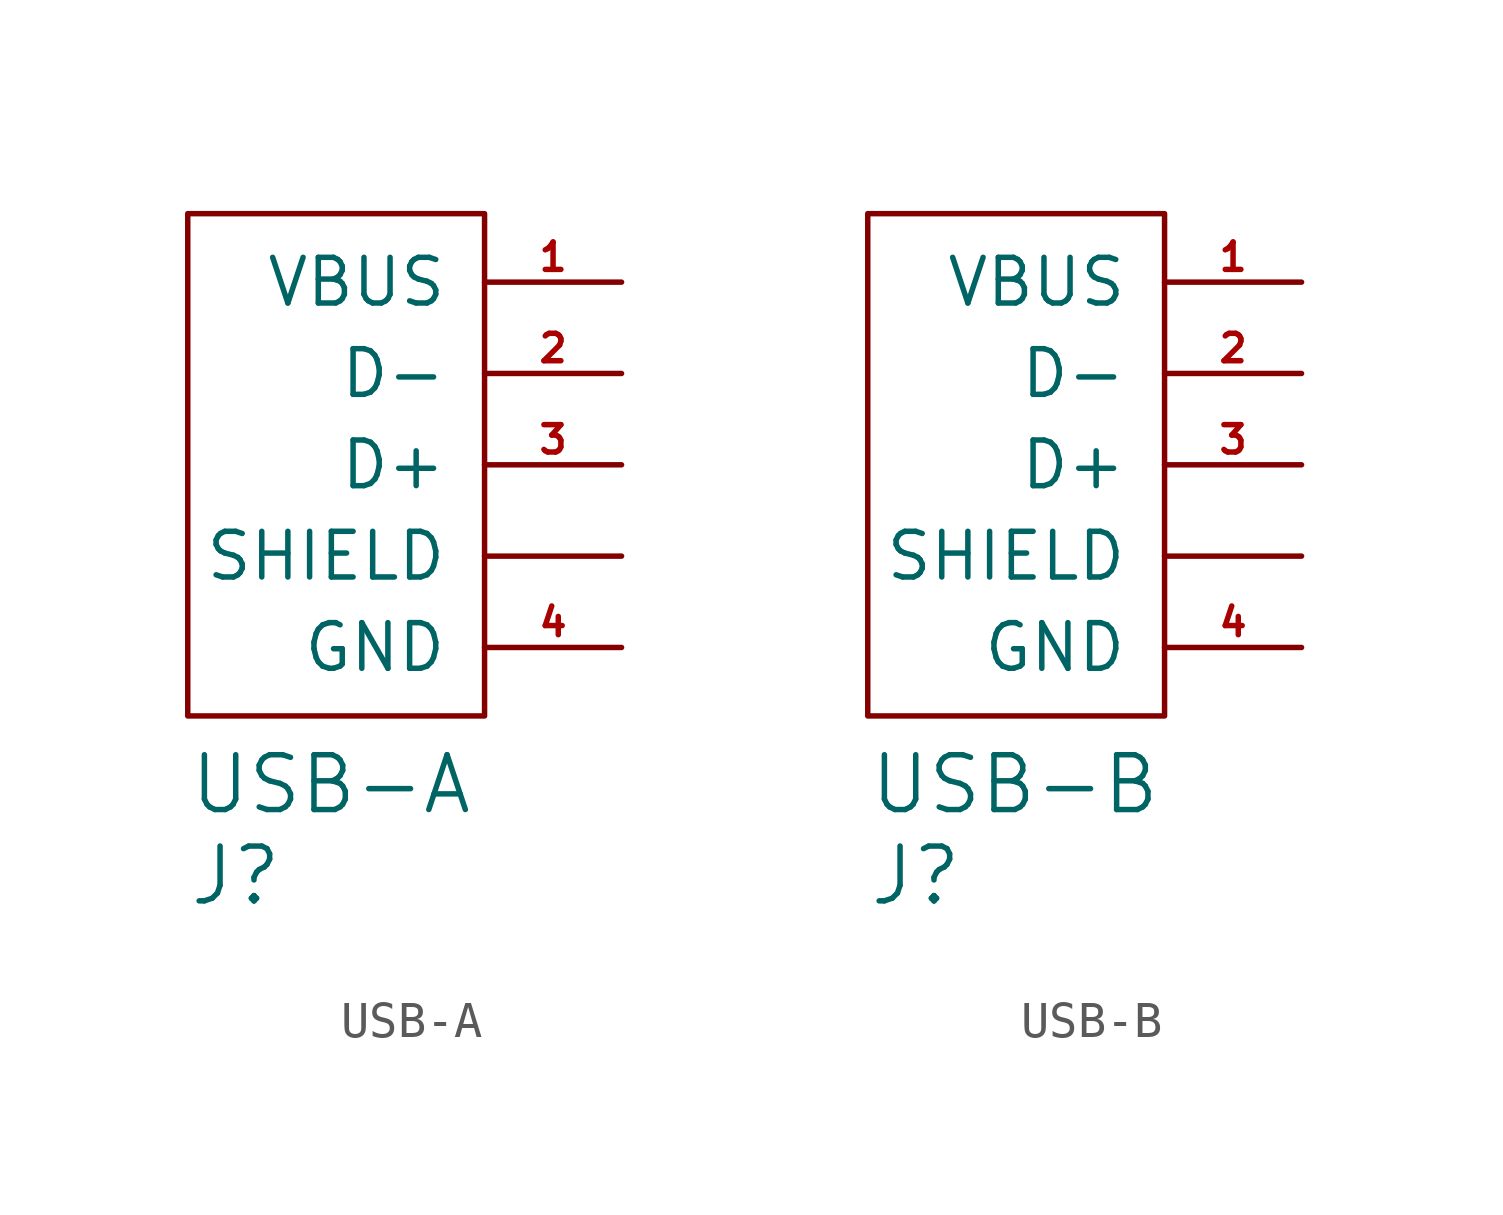
<source format=kicad_sym>
(kicad_symbol_lib
  (version 20211014)
  (generator kicad_symbol_editor)
  (symbol "USB-A"
    (pin_names
      (offset 1.016))
    (property "Reference" "J"
      (at -4.445 -11.43 0)
      (effects (font (size 1.524 1.524)) (justify left)))
    (property "Value" "USB-A"
      (at -4.445 -8.89 0)
      (effects (font (size 1.524 1.524)) (justify left)))
    (symbol "USB-A_0_1"
      (rectangle (start -4.445 6.985) (end 3.81 -6.985) (stroke (width 0) (type default) (color 0 0 0 0)) (fill (type none))))
    (symbol "USB-A_1_1"
      (pin power_in line (at 7.62 5.08 180) (length 3.81) (name "VBUS" (effects (font (size 1.27 1.27)))) (number "1" (effects (font (size 0.762 0.762)))))
      (pin bidirectional line (at 7.62 2.54 180) (length 3.81) (name "D-" (effects (font (size 1.27 1.27)))) (number "2" (effects (font (size 0.762 0.762)))))
      (pin bidirectional line (at 7.62 0 180) (length 3.81) (name "D+" (effects (font (size 1.27 1.27)))) (number "3" (effects (font (size 0.762 0.762)))))
      (pin power_in line (at 7.62 -5.08 180) (length 3.81) (name "GND" (effects (font (size 1.27 1.27)))) (number "4" (effects (font (size 0.762 0.762)))))
      (pin passive line (at 7.62 -2.54 180) (length 3.81) (name "SHIELD" (effects (font (size 1.27 1.27)))) (number "SHIE" (effects (font (size 0 0)))))))
  (symbol "USB-B"
    (pin_names
      (offset 1.016))
    (property "Reference" "J"
      (at -4.445 -11.43 0)
      (effects (font (size 1.524 1.524)) (justify left)))
    (property "Value" "USB-B"
      (at -4.445 -8.89 0)
      (effects (font (size 1.524 1.524)) (justify left)))
    (symbol "USB-B_0_1"
      (rectangle (start -4.445 6.985) (end 3.81 -6.985) (stroke (width 0) (type default) (color 0 0 0 0)) (fill (type none))))
    (symbol "USB-B_1_1"
      (pin power_out line (at 7.62 5.08 180) (length 3.81) (name "VBUS" (effects (font (size 1.27 1.27)))) (number "1" (effects (font (size 0.762 0.762)))))
      (pin bidirectional line (at 7.62 2.54 180) (length 3.81) (name "D-" (effects (font (size 1.27 1.27)))) (number "2" (effects (font (size 0.762 0.762)))))
      (pin bidirectional line (at 7.62 0 180) (length 3.81) (name "D+" (effects (font (size 1.27 1.27)))) (number "3" (effects (font (size 0.762 0.762)))))
      (pin power_in line (at 7.62 -5.08 180) (length 3.81) (name "GND" (effects (font (size 1.27 1.27)))) (number "4" (effects (font (size 0.762 0.762)))))
      (pin passive line (at 7.62 -2.54 180) (length 3.81) (name "SHIELD" (effects (font (size 1.27 1.27)))) (number "SHIE" (effects (font (size 0 0))))))))
</source>
